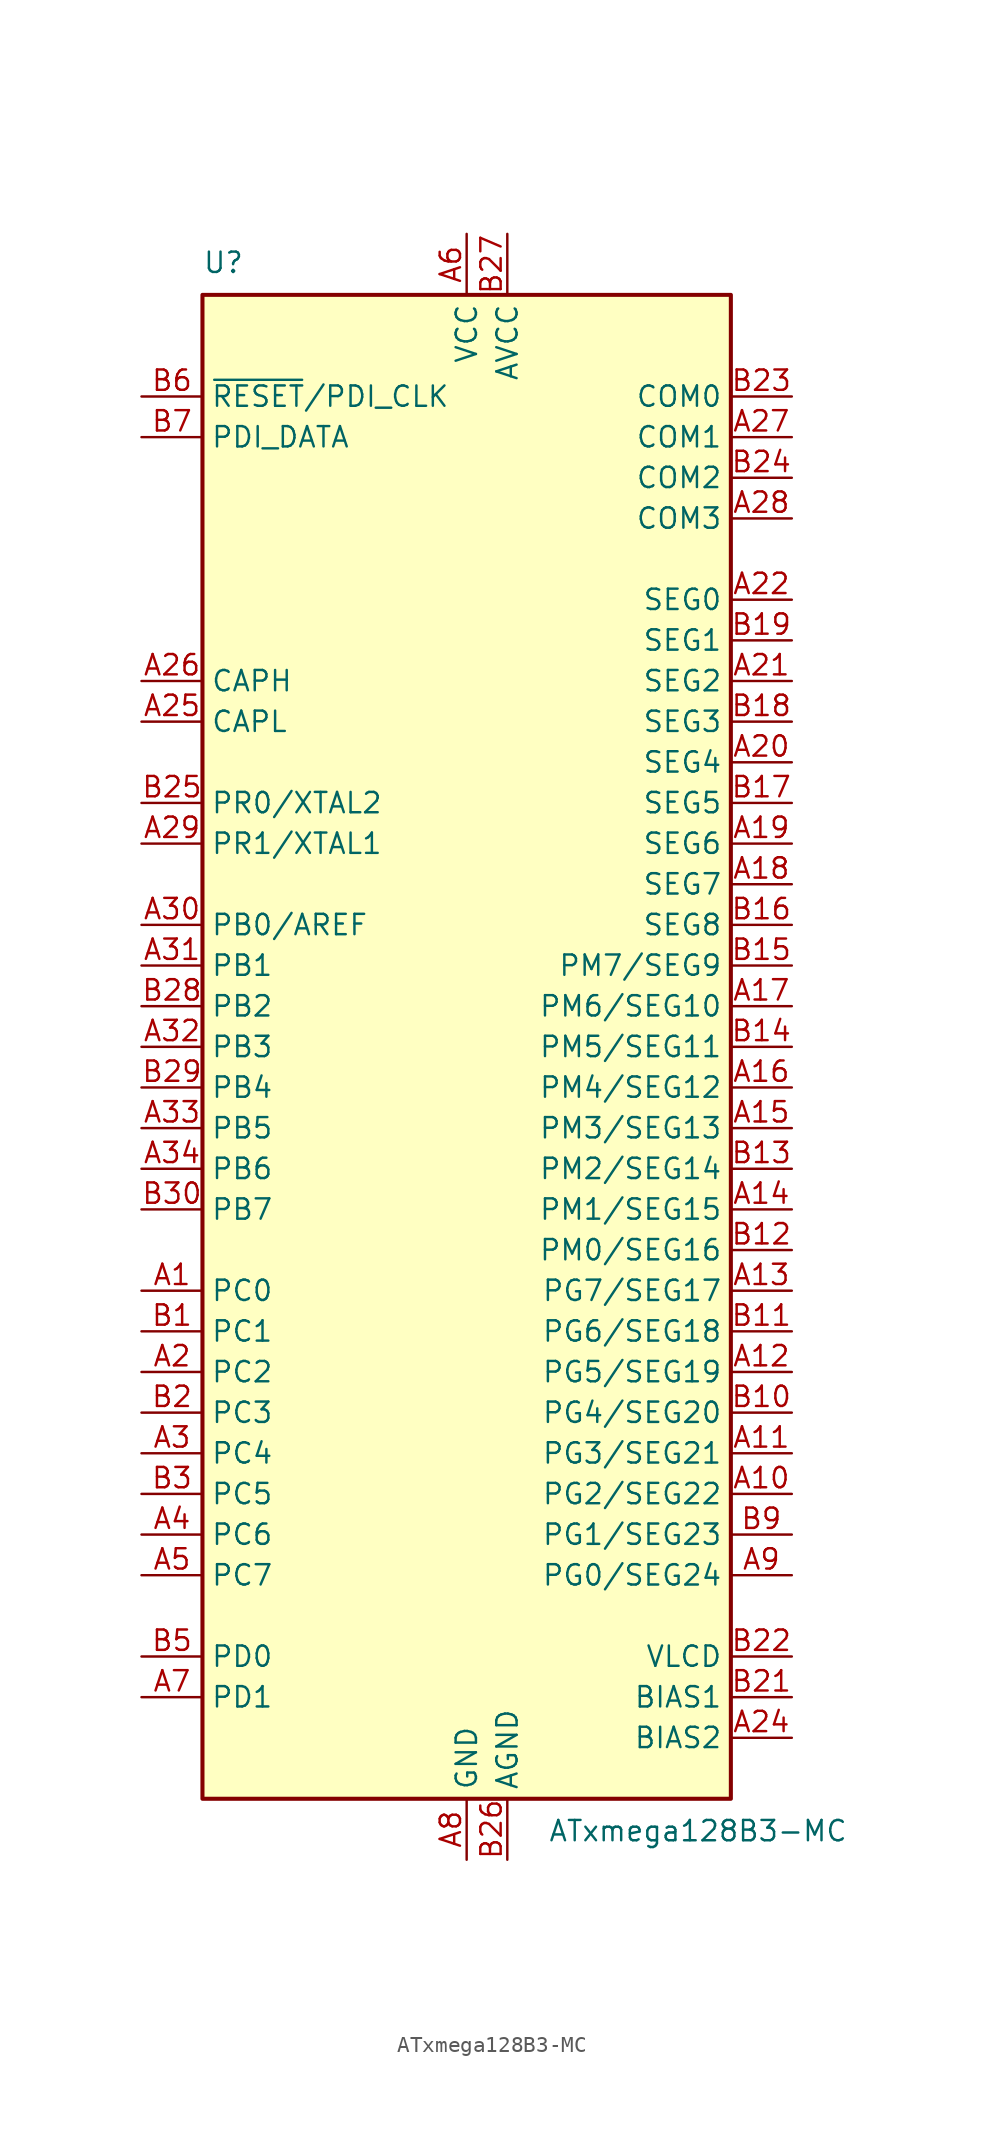
<source format=kicad_sym>
(kicad_symbol_lib
  (version 20241209)
  (generator "kicad_symbol_editor")
  (generator_version "9.0")
  (symbol "ATxmega128B3-MC"
    (property "Reference" "U"
      (at -16.51 48.26 0)
      (effects (font (size 1.27 1.27)) (justify left bottom)))
    (property "Value" "ATxmega128B3-MC"
      (at 5.08 -48.26 0)
      (effects (font (size 1.27 1.27)) (justify left top)))
    (symbol "ATxmega128B3-MC_0_1"
      (rectangle (start -16.51 -46.99) (end 16.51 46.99) (stroke (width 0.254) (type default)) (fill (type background))))
    (symbol "ATxmega128B3-MC_1_1"
      (pin input line (at -20.32 40.64 0) (length 3.81) (name "~{RESET}/PDI_CLK" (effects (font (size 1.27 1.27)))) (number "B6" (effects (font (size 1.27 1.27)))))
      (pin bidirectional line (at -20.32 38.1 0) (length 3.81) (name "PDI_DATA" (effects (font (size 1.27 1.27)))) (number "B7" (effects (font (size 1.27 1.27)))))
      (pin passive line (at -20.32 22.86 0) (length 3.81) (name "CAPH" (effects (font (size 1.27 1.27)))) (number "A26" (effects (font (size 1.27 1.27)))))
      (pin passive line (at -20.32 20.32 0) (length 3.81) (name "CAPL" (effects (font (size 1.27 1.27)))) (number "A25" (effects (font (size 1.27 1.27)))))
      (pin bidirectional line (at -20.32 15.24 0) (length 3.81) (name "PR0/XTAL2" (effects (font (size 1.27 1.27)))) (number "B25" (effects (font (size 1.27 1.27)))))
      (pin bidirectional line (at -20.32 12.7 0) (length 3.81) (name "PR1/XTAL1" (effects (font (size 1.27 1.27)))) (number "A29" (effects (font (size 1.27 1.27)))))
      (pin bidirectional line (at -20.32 7.62 0) (length 3.81) (name "PB0/AREF" (effects (font (size 1.27 1.27)))) (number "A30" (effects (font (size 1.27 1.27)))))
      (pin bidirectional line (at -20.32 5.08 0) (length 3.81) (name "PB1" (effects (font (size 1.27 1.27)))) (number "A31" (effects (font (size 1.27 1.27)))))
      (pin bidirectional line (at -20.32 2.54 0) (length 3.81) (name "PB2" (effects (font (size 1.27 1.27)))) (number "B28" (effects (font (size 1.27 1.27)))))
      (pin bidirectional line (at -20.32 0 0) (length 3.81) (name "PB3" (effects (font (size 1.27 1.27)))) (number "A32" (effects (font (size 1.27 1.27)))))
      (pin bidirectional line (at -20.32 -2.54 0) (length 3.81) (name "PB4" (effects (font (size 1.27 1.27)))) (number "B29" (effects (font (size 1.27 1.27)))))
      (pin bidirectional line (at -20.32 -5.08 0) (length 3.81) (name "PB5" (effects (font (size 1.27 1.27)))) (number "A33" (effects (font (size 1.27 1.27)))))
      (pin bidirectional line (at -20.32 -7.62 0) (length 3.81) (name "PB6" (effects (font (size 1.27 1.27)))) (number "A34" (effects (font (size 1.27 1.27)))))
      (pin bidirectional line (at -20.32 -10.16 0) (length 3.81) (name "PB7" (effects (font (size 1.27 1.27)))) (number "B30" (effects (font (size 1.27 1.27)))))
      (pin bidirectional line (at -20.32 -15.24 0) (length 3.81) (name "PC0" (effects (font (size 1.27 1.27)))) (number "A1" (effects (font (size 1.27 1.27)))))
      (pin bidirectional line (at -20.32 -17.78 0) (length 3.81) (name "PC1" (effects (font (size 1.27 1.27)))) (number "B1" (effects (font (size 1.27 1.27)))))
      (pin bidirectional line (at -20.32 -20.32 0) (length 3.81) (name "PC2" (effects (font (size 1.27 1.27)))) (number "A2" (effects (font (size 1.27 1.27)))))
      (pin bidirectional line (at -20.32 -22.86 0) (length 3.81) (name "PC3" (effects (font (size 1.27 1.27)))) (number "B2" (effects (font (size 1.27 1.27)))))
      (pin bidirectional line (at -20.32 -25.4 0) (length 3.81) (name "PC4" (effects (font (size 1.27 1.27)))) (number "A3" (effects (font (size 1.27 1.27)))))
      (pin bidirectional line (at -20.32 -27.94 0) (length 3.81) (name "PC5" (effects (font (size 1.27 1.27)))) (number "B3" (effects (font (size 1.27 1.27)))))
      (pin bidirectional line (at -20.32 -30.48 0) (length 3.81) (name "PC6" (effects (font (size 1.27 1.27)))) (number "A4" (effects (font (size 1.27 1.27)))))
      (pin bidirectional line (at -20.32 -33.02 0) (length 3.81) (name "PC7" (effects (font (size 1.27 1.27)))) (number "A5" (effects (font (size 1.27 1.27)))))
      (pin bidirectional line (at -20.32 -38.1 0) (length 3.81) (name "PD0" (effects (font (size 1.27 1.27)))) (number "B5" (effects (font (size 1.27 1.27)))))
      (pin bidirectional line (at -20.32 -40.64 0) (length 3.81) (name "PD1" (effects (font (size 1.27 1.27)))) (number "A7" (effects (font (size 1.27 1.27)))))
      (pin passive line (at 0 50.8 270) (length 3.81) (hide yes) (name "VCC" (effects (font (size 1.27 1.27)))) (number "A23" (effects (font (size 1.27 1.27)))))
      (pin power_in line (at 0 50.8 270) (length 3.81) (name "VCC" (effects (font (size 1.27 1.27)))) (number "A6" (effects (font (size 1.27 1.27)))))
      (pin passive line (at 0 50.8 270) (length 3.81) (hide yes) (name "VCC" (effects (font (size 1.27 1.27)))) (number "B8" (effects (font (size 1.27 1.27)))))
      (pin power_in line (at 0 -50.8 90) (length 3.81) (name "GND" (effects (font (size 1.27 1.27)))) (number "A8" (effects (font (size 1.27 1.27)))))
      (pin passive line (at 0 -50.8 90) (length 3.81) (hide yes) (name "GND" (effects (font (size 1.27 1.27)))) (number "B20" (effects (font (size 1.27 1.27)))))
      (pin passive line (at 0 -50.8 90) (length 3.81) (hide yes) (name "GND" (effects (font (size 1.27 1.27)))) (number "B4" (effects (font (size 1.27 1.27)))))
      (pin passive line (at 0 -50.8 90) (length 3.81) (hide yes) (name "GND" (effects (font (size 1.27 1.27)))) (number "EP" (effects (font (size 1.27 1.27)))))
      (pin power_in line (at 2.54 50.8 270) (length 3.81) (name "AVCC" (effects (font (size 1.27 1.27)))) (number "B27" (effects (font (size 1.27 1.27)))))
      (pin power_in line (at 2.54 -50.8 90) (length 3.81) (name "AGND" (effects (font (size 1.27 1.27)))) (number "B26" (effects (font (size 1.27 1.27)))))
      (pin output line (at 20.32 40.64 180) (length 3.81) (name "COM0" (effects (font (size 1.27 1.27)))) (number "B23" (effects (font (size 1.27 1.27)))))
      (pin output line (at 20.32 38.1 180) (length 3.81) (name "COM1" (effects (font (size 1.27 1.27)))) (number "A27" (effects (font (size 1.27 1.27)))))
      (pin output line (at 20.32 35.56 180) (length 3.81) (name "COM2" (effects (font (size 1.27 1.27)))) (number "B24" (effects (font (size 1.27 1.27)))))
      (pin output line (at 20.32 33.02 180) (length 3.81) (name "COM3" (effects (font (size 1.27 1.27)))) (number "A28" (effects (font (size 1.27 1.27)))))
      (pin output line (at 20.32 27.94 180) (length 3.81) (name "SEG0" (effects (font (size 1.27 1.27)))) (number "A22" (effects (font (size 1.27 1.27)))))
      (pin output line (at 20.32 25.4 180) (length 3.81) (name "SEG1" (effects (font (size 1.27 1.27)))) (number "B19" (effects (font (size 1.27 1.27)))))
      (pin output line (at 20.32 22.86 180) (length 3.81) (name "SEG2" (effects (font (size 1.27 1.27)))) (number "A21" (effects (font (size 1.27 1.27)))))
      (pin output line (at 20.32 20.32 180) (length 3.81) (name "SEG3" (effects (font (size 1.27 1.27)))) (number "B18" (effects (font (size 1.27 1.27)))))
      (pin output line (at 20.32 17.78 180) (length 3.81) (name "SEG4" (effects (font (size 1.27 1.27)))) (number "A20" (effects (font (size 1.27 1.27)))))
      (pin output line (at 20.32 15.24 180) (length 3.81) (name "SEG5" (effects (font (size 1.27 1.27)))) (number "B17" (effects (font (size 1.27 1.27)))))
      (pin output line (at 20.32 12.7 180) (length 3.81) (name "SEG6" (effects (font (size 1.27 1.27)))) (number "A19" (effects (font (size 1.27 1.27)))))
      (pin output line (at 20.32 10.16 180) (length 3.81) (name "SEG7" (effects (font (size 1.27 1.27)))) (number "A18" (effects (font (size 1.27 1.27)))))
      (pin output line (at 20.32 7.62 180) (length 3.81) (name "SEG8" (effects (font (size 1.27 1.27)))) (number "B16" (effects (font (size 1.27 1.27)))))
      (pin bidirectional line (at 20.32 5.08 180) (length 3.81) (name "PM7/SEG9" (effects (font (size 1.27 1.27)))) (number "B15" (effects (font (size 1.27 1.27)))))
      (pin bidirectional line (at 20.32 2.54 180) (length 3.81) (name "PM6/SEG10" (effects (font (size 1.27 1.27)))) (number "A17" (effects (font (size 1.27 1.27)))))
      (pin bidirectional line (at 20.32 0 180) (length 3.81) (name "PM5/SEG11" (effects (font (size 1.27 1.27)))) (number "B14" (effects (font (size 1.27 1.27)))))
      (pin bidirectional line (at 20.32 -2.54 180) (length 3.81) (name "PM4/SEG12" (effects (font (size 1.27 1.27)))) (number "A16" (effects (font (size 1.27 1.27)))))
      (pin bidirectional line (at 20.32 -5.08 180) (length 3.81) (name "PM3/SEG13" (effects (font (size 1.27 1.27)))) (number "A15" (effects (font (size 1.27 1.27)))))
      (pin bidirectional line (at 20.32 -7.62 180) (length 3.81) (name "PM2/SEG14" (effects (font (size 1.27 1.27)))) (number "B13" (effects (font (size 1.27 1.27)))))
      (pin bidirectional line (at 20.32 -10.16 180) (length 3.81) (name "PM1/SEG15" (effects (font (size 1.27 1.27)))) (number "A14" (effects (font (size 1.27 1.27)))))
      (pin bidirectional line (at 20.32 -12.7 180) (length 3.81) (name "PM0/SEG16" (effects (font (size 1.27 1.27)))) (number "B12" (effects (font (size 1.27 1.27)))))
      (pin bidirectional line (at 20.32 -15.24 180) (length 3.81) (name "PG7/SEG17" (effects (font (size 1.27 1.27)))) (number "A13" (effects (font (size 1.27 1.27)))))
      (pin bidirectional line (at 20.32 -17.78 180) (length 3.81) (name "PG6/SEG18" (effects (font (size 1.27 1.27)))) (number "B11" (effects (font (size 1.27 1.27)))))
      (pin bidirectional line (at 20.32 -20.32 180) (length 3.81) (name "PG5/SEG19" (effects (font (size 1.27 1.27)))) (number "A12" (effects (font (size 1.27 1.27)))))
      (pin bidirectional line (at 20.32 -22.86 180) (length 3.81) (name "PG4/SEG20" (effects (font (size 1.27 1.27)))) (number "B10" (effects (font (size 1.27 1.27)))))
      (pin bidirectional line (at 20.32 -25.4 180) (length 3.81) (name "PG3/SEG21" (effects (font (size 1.27 1.27)))) (number "A11" (effects (font (size 1.27 1.27)))))
      (pin bidirectional line (at 20.32 -27.94 180) (length 3.81) (name "PG2/SEG22" (effects (font (size 1.27 1.27)))) (number "A10" (effects (font (size 1.27 1.27)))))
      (pin bidirectional line (at 20.32 -30.48 180) (length 3.81) (name "PG1/SEG23" (effects (font (size 1.27 1.27)))) (number "B9" (effects (font (size 1.27 1.27)))))
      (pin bidirectional line (at 20.32 -33.02 180) (length 3.81) (name "PG0/SEG24" (effects (font (size 1.27 1.27)))) (number "A9" (effects (font (size 1.27 1.27)))))
      (pin power_out line (at 20.32 -38.1 180) (length 3.81) (name "VLCD" (effects (font (size 1.27 1.27)))) (number "B22" (effects (font (size 1.27 1.27)))))
      (pin power_out line (at 20.32 -40.64 180) (length 3.81) (name "BIAS1" (effects (font (size 1.27 1.27)))) (number "B21" (effects (font (size 1.27 1.27)))))
      (pin power_out line (at 20.32 -43.18 180) (length 3.81) (name "BIAS2" (effects (font (size 1.27 1.27)))) (number "A24" (effects (font (size 1.27 1.27))))))))
</source>
